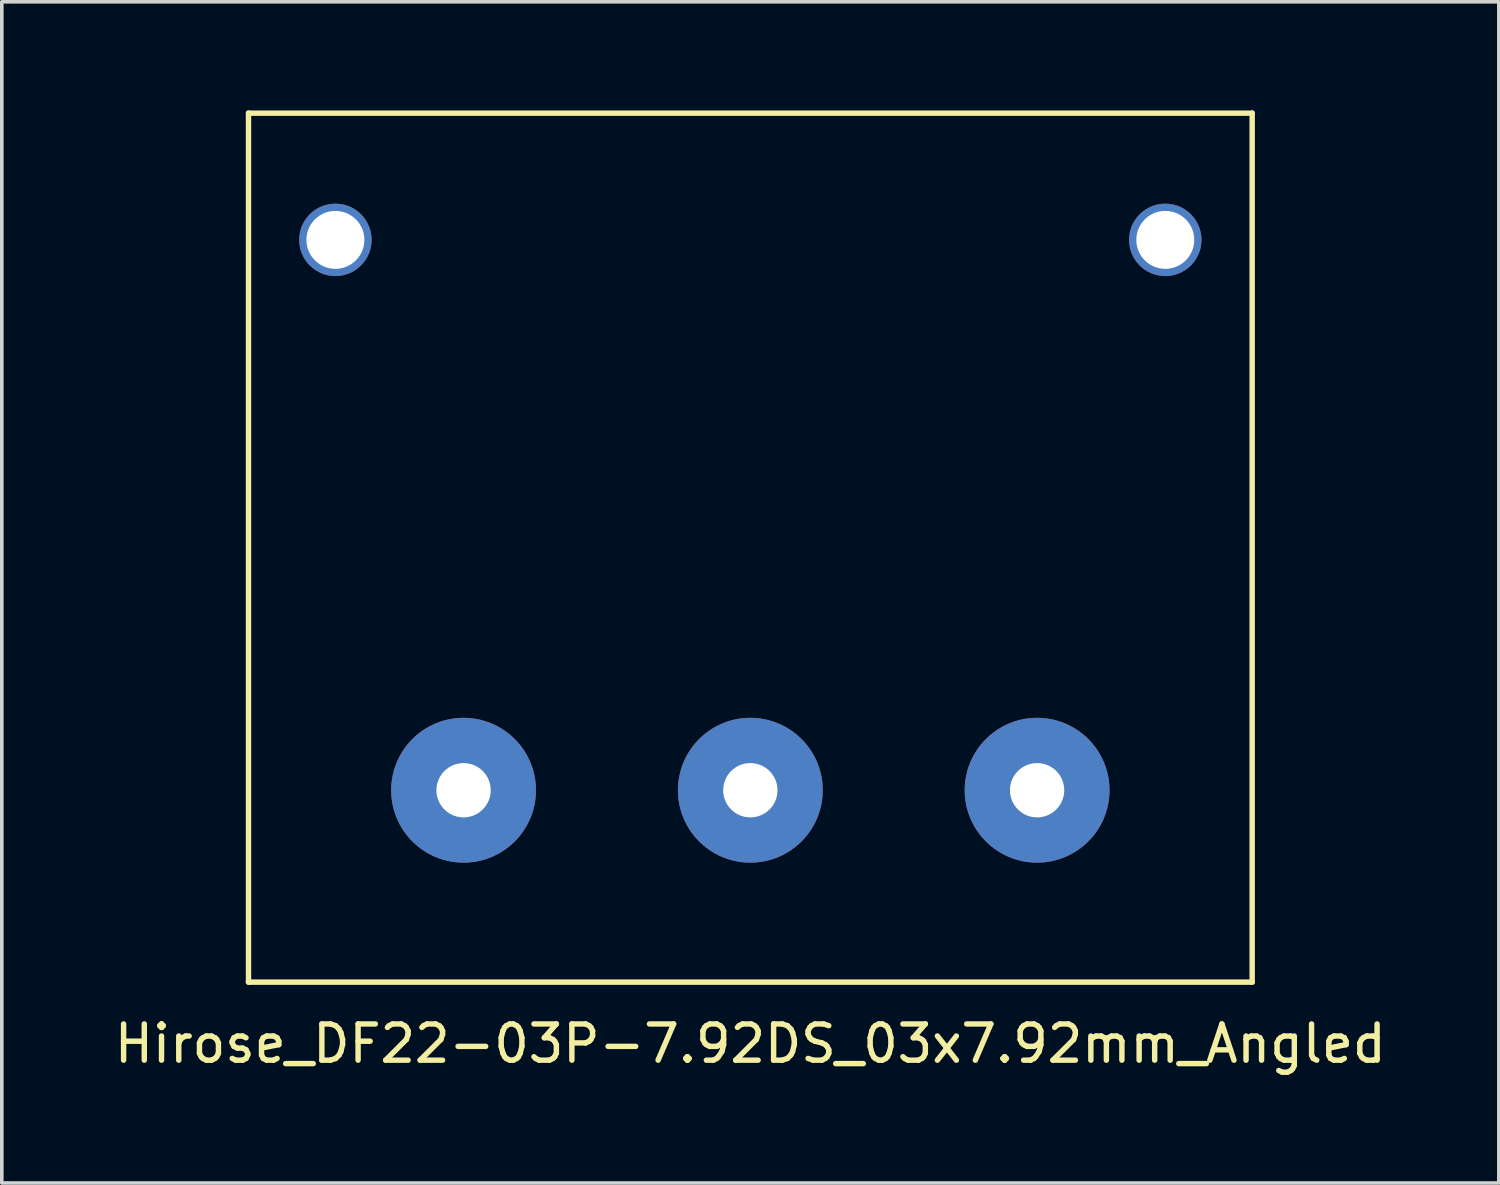
<source format=kicad_pcb>
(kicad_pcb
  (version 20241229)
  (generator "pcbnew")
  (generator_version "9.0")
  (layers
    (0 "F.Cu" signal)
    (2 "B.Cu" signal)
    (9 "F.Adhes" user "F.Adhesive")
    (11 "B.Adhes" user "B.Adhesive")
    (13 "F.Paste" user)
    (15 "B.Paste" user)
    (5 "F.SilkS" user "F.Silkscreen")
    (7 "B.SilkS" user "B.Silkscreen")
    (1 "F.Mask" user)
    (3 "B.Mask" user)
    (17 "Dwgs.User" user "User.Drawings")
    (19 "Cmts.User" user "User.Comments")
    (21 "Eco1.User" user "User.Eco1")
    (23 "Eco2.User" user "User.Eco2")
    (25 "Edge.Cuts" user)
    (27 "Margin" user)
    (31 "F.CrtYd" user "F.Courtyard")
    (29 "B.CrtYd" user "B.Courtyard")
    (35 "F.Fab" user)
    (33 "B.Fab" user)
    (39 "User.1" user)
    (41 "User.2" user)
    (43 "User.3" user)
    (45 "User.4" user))
  (footprint "Hirose_DF22-03P-7.92DS_03x7.92mm_Angled"
    (layer "F.Cu")
    (at 17.673 18.775)
    (property "Reference" "Hirose_DF22-03P-7.92DS_03x7.92mm_Angled" (at 0 7 0) (layer "F.SilkS") (effects (font (size 1 1) (thickness 0.15))))
    (attr through_hole)
    (fp_line (start -13.86 -18.7) (end -13.86 5.3) (stroke (width 0.15) (type solid)) (layer "F.SilkS"))
    (fp_line (start -13.86 -18.7) (end 13.86 -18.7) (stroke (width 0.15) (type solid)) (layer "F.SilkS"))
    (fp_line (start -13.86 5.3) (end 13.86 5.3) (stroke (width 0.15) (type solid)) (layer "F.SilkS"))
    (fp_line (start 13.86 -18.7) (end 13.86 5.3) (stroke (width 0.15) (type solid)) (layer "F.SilkS"))
    (pad "" thru_hole circle (at -11.46 -15.2) (size 2 2) (drill 1.6) (layers "*.Cu" "*.Mask"))
    (pad "" thru_hole circle (at 11.46 -15.2) (size 2 2) (drill 1.6) (layers "*.Cu" "*.Mask"))
    (pad "1" thru_hole circle (at -7.92 0) (size 4 4) (drill 1.5) (layers "*.Cu" "*.Mask"))
    (pad "2" thru_hole circle (at 0 0) (size 4 4) (drill 1.5) (layers "*.Cu" "*.Mask"))
    (pad "3" thru_hole circle (at 7.92 0) (size 4 4) (drill 1.5) (layers "*.Cu" "*.Mask")))
  (gr_rect
    (start -3 -3)
    (end 38.345 29.623)
    (stroke (width 0.1) (type default))
    (fill no)
    (layer "Edge.Cuts")))
</source>
